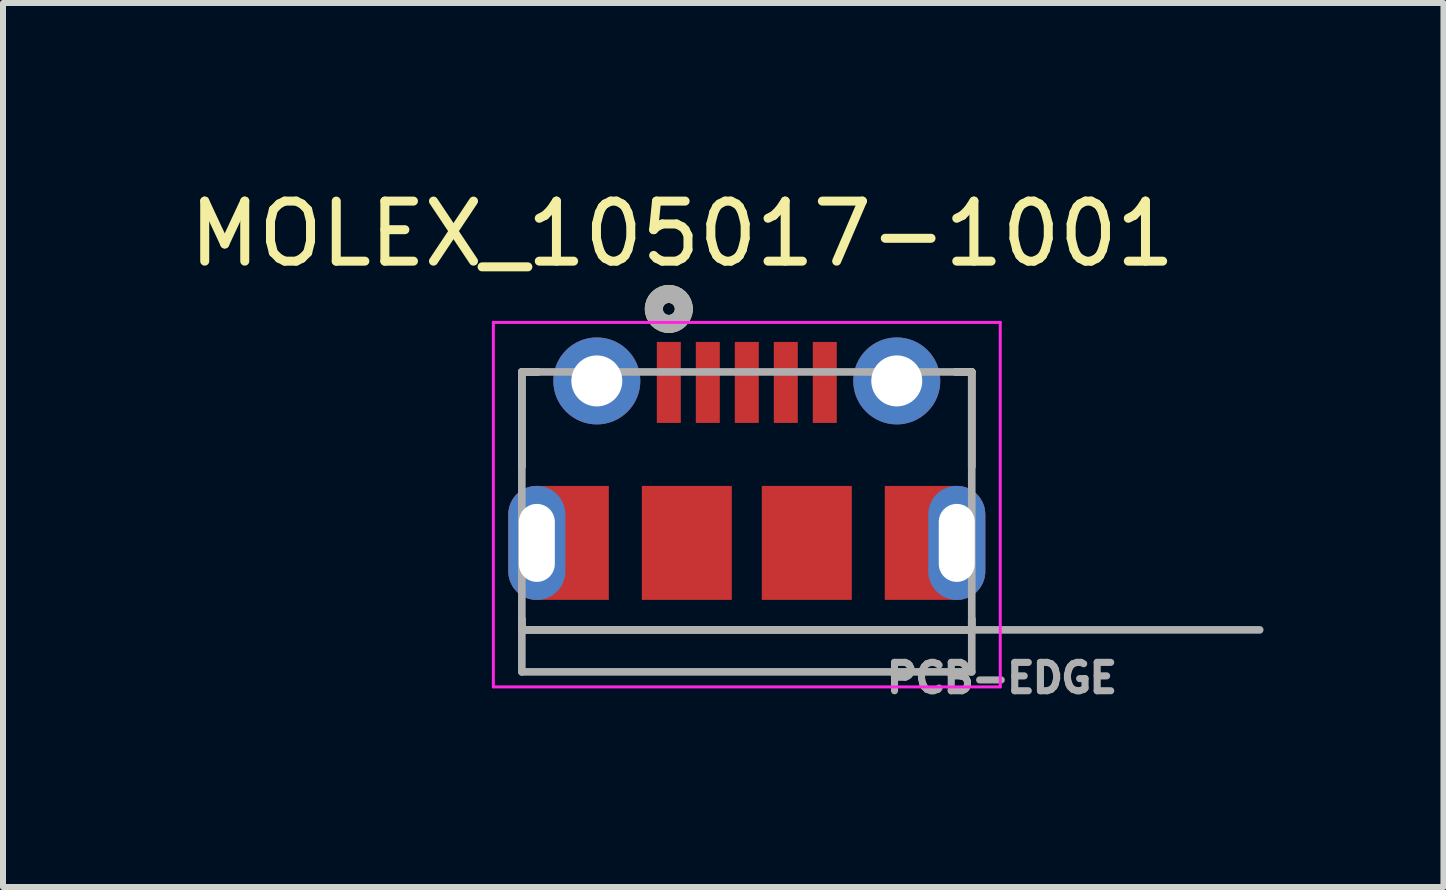
<source format=kicad_pcb>
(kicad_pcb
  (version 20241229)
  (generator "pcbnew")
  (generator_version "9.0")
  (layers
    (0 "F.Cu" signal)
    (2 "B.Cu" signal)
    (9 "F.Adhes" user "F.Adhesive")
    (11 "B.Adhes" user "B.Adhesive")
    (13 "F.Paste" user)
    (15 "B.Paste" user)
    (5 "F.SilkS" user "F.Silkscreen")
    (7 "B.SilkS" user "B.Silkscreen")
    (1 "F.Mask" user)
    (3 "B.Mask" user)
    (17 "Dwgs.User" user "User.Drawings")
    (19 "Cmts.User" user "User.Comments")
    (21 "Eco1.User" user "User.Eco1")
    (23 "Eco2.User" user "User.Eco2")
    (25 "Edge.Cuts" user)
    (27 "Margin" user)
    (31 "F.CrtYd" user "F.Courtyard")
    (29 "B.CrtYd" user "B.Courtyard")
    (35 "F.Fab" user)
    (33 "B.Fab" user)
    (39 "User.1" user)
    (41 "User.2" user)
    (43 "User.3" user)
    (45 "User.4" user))
  (footprint "MOLEX_105017-1001"
    (layer "F.Cu")
    (at 9.399 6)
    (property "Reference" "MOLEX_105017-1001" (at -1.076 -5.152 0) (layer "F.SilkS") (effects (font (size 1.001 1.001) (thickness 0.15))))
    (attr through_hole)
    (fp_poly (pts (xy -3.5 -0.95) (xy -2.3 -0.95) (xy -2.3 0.95) (xy -3.5 0.95) (xy -3.525 0.949) (xy -3.55 0.947) (xy -3.574 0.944) (xy -3.599 0.94) (xy -3.623 0.934) (xy -3.647 0.927) (xy -3.67 0.918) (xy -3.693 0.909) (xy -3.716 0.898) (xy -3.737 0.886) (xy -3.759 0.873) (xy -3.779 0.859) (xy -3.799 0.844) (xy -3.818 0.828) (xy -3.836 0.811) (xy -3.853 0.793) (xy -3.869 0.774) (xy -3.884 0.754) (xy -3.898 0.734) (xy -3.911 0.712) (xy -3.923 0.691) (xy -3.934 0.668) (xy -3.943 0.645) (xy -3.952 0.622) (xy -3.959 0.598) (xy -3.965 0.574) (xy -3.969 0.549) (xy -3.972 0.525) (xy -3.974 0.5) (xy -3.975 0.475) (xy -3.975 -0.475) (xy -3.974 -0.5) (xy -3.972 -0.525) (xy -3.969 -0.549) (xy -3.965 -0.574) (xy -3.959 -0.598) (xy -3.952 -0.622) (xy -3.943 -0.645) (xy -3.934 -0.668) (xy -3.923 -0.691) (xy -3.911 -0.712) (xy -3.898 -0.734) (xy -3.884 -0.754) (xy -3.869 -0.774) (xy -3.853 -0.793) (xy -3.836 -0.811) (xy -3.818 -0.828) (xy -3.799 -0.844) (xy -3.779 -0.859) (xy -3.759 -0.873) (xy -3.737 -0.886) (xy -3.716 -0.898) (xy -3.693 -0.909) (xy -3.67 -0.918) (xy -3.647 -0.927) (xy -3.623 -0.934) (xy -3.599 -0.94) (xy -3.574 -0.944) (xy -3.55 -0.947) (xy -3.525 -0.949) (xy -3.5 -0.95)) (stroke (width 0.0001) (type solid)) (fill yes) (layer "F.Cu"))
    (fp_poly (pts (xy 3.5 -0.95) (xy 2.3 -0.95) (xy 2.3 0.95) (xy 3.5 0.95) (xy 3.525 0.949) (xy 3.55 0.947) (xy 3.574 0.944) (xy 3.599 0.94) (xy 3.623 0.934) (xy 3.647 0.927) (xy 3.67 0.918) (xy 3.693 0.909) (xy 3.716 0.898) (xy 3.738 0.886) (xy 3.759 0.873) (xy 3.779 0.859) (xy 3.799 0.844) (xy 3.818 0.828) (xy 3.836 0.811) (xy 3.853 0.793) (xy 3.869 0.774) (xy 3.884 0.754) (xy 3.898 0.734) (xy 3.911 0.712) (xy 3.923 0.691) (xy 3.934 0.668) (xy 3.943 0.645) (xy 3.952 0.622) (xy 3.959 0.598) (xy 3.965 0.574) (xy 3.969 0.549) (xy 3.972 0.525) (xy 3.974 0.5) (xy 3.975 0.475) (xy 3.975 -0.475) (xy 3.974 -0.5) (xy 3.972 -0.525) (xy 3.969 -0.549) (xy 3.965 -0.574) (xy 3.959 -0.598) (xy 3.952 -0.622) (xy 3.943 -0.645) (xy 3.934 -0.668) (xy 3.923 -0.691) (xy 3.911 -0.712) (xy 3.898 -0.734) (xy 3.884 -0.754) (xy 3.869 -0.774) (xy 3.853 -0.793) (xy 3.836 -0.811) (xy 3.818 -0.828) (xy 3.799 -0.844) (xy 3.779 -0.859) (xy 3.759 -0.873) (xy 3.738 -0.886) (xy 3.716 -0.898) (xy 3.693 -0.909) (xy 3.67 -0.918) (xy 3.647 -0.927) (xy 3.623 -0.934) (xy 3.599 -0.94) (xy 3.574 -0.944) (xy 3.55 -0.947) (xy 3.525 -0.949) (xy 3.5 -0.95)) (stroke (width 0.0001) (type solid)) (fill yes) (layer "F.Cu"))
    (fp_poly (pts (xy -3.5 -1.05) (xy -2.2 -1.05) (xy -2.2 1.05) (xy -3.5 1.05) (xy -3.53 1.049) (xy -3.56 1.047) (xy -3.59 1.043) (xy -3.62 1.037) (xy -3.649 1.03) (xy -3.678 1.022) (xy -3.706 1.012) (xy -3.734 1) (xy -3.761 0.987) (xy -3.788 0.973) (xy -3.813 0.957) (xy -3.838 0.94) (xy -3.862 0.922) (xy -3.885 0.902) (xy -3.907 0.882) (xy -3.927 0.86) (xy -3.947 0.837) (xy -3.965 0.813) (xy -3.982 0.788) (xy -3.998 0.762) (xy -4.012 0.736) (xy -4.025 0.709) (xy -4.037 0.681) (xy -4.047 0.653) (xy -4.055 0.624) (xy -4.062 0.595) (xy -4.068 0.565) (xy -4.072 0.535) (xy -4.074 0.505) (xy -4.075 0.475) (xy -4.075 -0.475) (xy -4.074 -0.505) (xy -4.072 -0.535) (xy -4.068 -0.565) (xy -4.062 -0.595) (xy -4.055 -0.624) (xy -4.047 -0.653) (xy -4.037 -0.681) (xy -4.025 -0.709) (xy -4.012 -0.736) (xy -3.998 -0.762) (xy -3.982 -0.788) (xy -3.965 -0.813) (xy -3.947 -0.837) (xy -3.927 -0.86) (xy -3.907 -0.882) (xy -3.885 -0.902) (xy -3.862 -0.922) (xy -3.838 -0.94) (xy -3.813 -0.957) (xy -3.788 -0.973) (xy -3.761 -0.987) (xy -3.734 -1) (xy -3.706 -1.012) (xy -3.678 -1.022) (xy -3.649 -1.03) (xy -3.62 -1.037) (xy -3.59 -1.043) (xy -3.56 -1.047) (xy -3.53 -1.049) (xy -3.5 -1.05)) (stroke (width 0.0001) (type solid)) (fill yes) (layer "F.Mask"))
    (fp_poly (pts (xy 3.5 -1.05) (xy 2.2 -1.05) (xy 2.2 1.05) (xy 3.5 1.05) (xy 3.53 1.049) (xy 3.56 1.047) (xy 3.59 1.043) (xy 3.62 1.037) (xy 3.649 1.03) (xy 3.678 1.022) (xy 3.706 1.012) (xy 3.734 1) (xy 3.761 0.987) (xy 3.788 0.973) (xy 3.813 0.957) (xy 3.838 0.94) (xy 3.862 0.922) (xy 3.885 0.902) (xy 3.907 0.882) (xy 3.927 0.86) (xy 3.947 0.837) (xy 3.965 0.813) (xy 3.982 0.788) (xy 3.998 0.762) (xy 4.012 0.736) (xy 4.025 0.709) (xy 4.037 0.681) (xy 4.047 0.653) (xy 4.055 0.624) (xy 4.062 0.595) (xy 4.068 0.565) (xy 4.072 0.535) (xy 4.074 0.505) (xy 4.075 0.475) (xy 4.075 -0.475) (xy 4.074 -0.505) (xy 4.072 -0.535) (xy 4.068 -0.565) (xy 4.062 -0.595) (xy 4.055 -0.624) (xy 4.047 -0.653) (xy 4.037 -0.681) (xy 4.025 -0.709) (xy 4.012 -0.736) (xy 3.998 -0.762) (xy 3.982 -0.788) (xy 3.965 -0.813) (xy 3.947 -0.837) (xy 3.927 -0.86) (xy 3.907 -0.882) (xy 3.885 -0.902) (xy 3.862 -0.922) (xy 3.838 -0.94) (xy 3.813 -0.957) (xy 3.788 -0.973) (xy 3.761 -0.987) (xy 3.734 -1) (xy 3.706 -1.012) (xy 3.678 -1.022) (xy 3.649 -1.03) (xy 3.62 -1.037) (xy 3.59 -1.043) (xy 3.56 -1.047) (xy 3.53 -1.049) (xy 3.5 -1.05)) (stroke (width 0.0001) (type solid)) (fill yes) (layer "F.Mask"))
    (fp_line (start -3.75 -2.85) (end -3.479 -2.85) (stroke (width 0.127) (type solid)) (layer "F.SilkS"))
    (fp_line (start -3.75 -1.27) (end -3.75 -2.85) (stroke (width 0.127) (type solid)) (layer "F.SilkS"))
    (fp_line (start -3.75 1.27) (end -3.75 1.45) (stroke (width 0.127) (type solid)) (layer "F.SilkS"))
    (fp_line (start -3.75 1.45) (end 3.75 1.45) (stroke (width 0.127) (type solid)) (layer "F.SilkS"))
    (fp_line (start 3.75 -2.85) (end 3.479 -2.85) (stroke (width 0.127) (type solid)) (layer "F.SilkS"))
    (fp_line (start 3.75 -1.27) (end 3.75 -2.85) (stroke (width 0.127) (type solid)) (layer "F.SilkS"))
    (fp_line (start 3.75 1.45) (end 3.75 1.27) (stroke (width 0.127) (type solid)) (layer "F.SilkS"))
    (fp_circle (center -1.3 -3.9) (end -1.2 -3.9) (stroke (width 0.3) (type solid)) (fill no) (layer "F.SilkS"))
    (fp_poly (pts (xy -3.5 -0.95) (xy -2.3 -0.95) (xy -2.3 0.95) (xy -3.5 0.95) (xy -3.525 0.949) (xy -3.55 0.947) (xy -3.574 0.944) (xy -3.599 0.94) (xy -3.623 0.934) (xy -3.647 0.927) (xy -3.67 0.918) (xy -3.693 0.909) (xy -3.716 0.898) (xy -3.737 0.886) (xy -3.759 0.873) (xy -3.779 0.859) (xy -3.799 0.844) (xy -3.818 0.828) (xy -3.836 0.811) (xy -3.853 0.793) (xy -3.869 0.774) (xy -3.884 0.754) (xy -3.898 0.734) (xy -3.911 0.712) (xy -3.923 0.691) (xy -3.934 0.668) (xy -3.943 0.645) (xy -3.952 0.622) (xy -3.959 0.598) (xy -3.965 0.574) (xy -3.969 0.549) (xy -3.972 0.525) (xy -3.974 0.5) (xy -3.975 0.475) (xy -3.975 -0.475) (xy -3.974 -0.5) (xy -3.972 -0.525) (xy -3.969 -0.549) (xy -3.965 -0.574) (xy -3.959 -0.598) (xy -3.952 -0.622) (xy -3.943 -0.645) (xy -3.934 -0.668) (xy -3.923 -0.691) (xy -3.911 -0.712) (xy -3.898 -0.734) (xy -3.884 -0.754) (xy -3.869 -0.774) (xy -3.853 -0.793) (xy -3.836 -0.811) (xy -3.818 -0.828) (xy -3.799 -0.844) (xy -3.779 -0.859) (xy -3.759 -0.873) (xy -3.737 -0.886) (xy -3.716 -0.898) (xy -3.693 -0.909) (xy -3.67 -0.918) (xy -3.647 -0.927) (xy -3.623 -0.934) (xy -3.599 -0.94) (xy -3.574 -0.944) (xy -3.55 -0.947) (xy -3.525 -0.949) (xy -3.5 -0.95)) (stroke (width 0.0001) (type solid)) (fill yes) (layer "F.Paste"))
    (fp_poly (pts (xy 3.5 -0.95) (xy 2.3 -0.95) (xy 2.3 0.95) (xy 3.5 0.95) (xy 3.525 0.949) (xy 3.55 0.947) (xy 3.574 0.944) (xy 3.599 0.94) (xy 3.623 0.934) (xy 3.647 0.927) (xy 3.67 0.918) (xy 3.693 0.909) (xy 3.716 0.898) (xy 3.738 0.886) (xy 3.759 0.873) (xy 3.779 0.859) (xy 3.799 0.844) (xy 3.818 0.828) (xy 3.836 0.811) (xy 3.853 0.793) (xy 3.869 0.774) (xy 3.884 0.754) (xy 3.898 0.734) (xy 3.911 0.712) (xy 3.923 0.691) (xy 3.934 0.668) (xy 3.943 0.645) (xy 3.952 0.622) (xy 3.959 0.598) (xy 3.965 0.574) (xy 3.969 0.549) (xy 3.972 0.525) (xy 3.974 0.5) (xy 3.975 0.475) (xy 3.975 -0.475) (xy 3.974 -0.5) (xy 3.972 -0.525) (xy 3.969 -0.549) (xy 3.965 -0.574) (xy 3.959 -0.598) (xy 3.952 -0.622) (xy 3.943 -0.645) (xy 3.934 -0.668) (xy 3.923 -0.691) (xy 3.911 -0.712) (xy 3.898 -0.734) (xy 3.884 -0.754) (xy 3.869 -0.774) (xy 3.853 -0.793) (xy 3.836 -0.811) (xy 3.818 -0.828) (xy 3.799 -0.844) (xy 3.779 -0.859) (xy 3.759 -0.873) (xy 3.738 -0.886) (xy 3.716 -0.898) (xy 3.693 -0.909) (xy 3.67 -0.918) (xy 3.647 -0.927) (xy 3.623 -0.934) (xy 3.599 -0.94) (xy 3.574 -0.944) (xy 3.55 -0.947) (xy 3.525 -0.949) (xy 3.5 -0.95)) (stroke (width 0.0001) (type solid)) (fill yes) (layer "F.Paste"))
    (fp_line (start -4.225 -3.675) (end -4.225 2.4) (stroke (width 0.05) (type solid)) (layer "F.CrtYd"))
    (fp_line (start -4.225 2.4) (end 4.225 2.4) (stroke (width 0.05) (type solid)) (layer "F.CrtYd"))
    (fp_line (start 4.225 -3.675) (end -4.225 -3.675) (stroke (width 0.05) (type solid)) (layer "F.CrtYd"))
    (fp_line (start 4.225 2.4) (end 4.225 -3.675) (stroke (width 0.05) (type solid)) (layer "F.CrtYd"))
    (fp_line (start -3.75 -2.85) (end 3.75 -2.85) (stroke (width 0.127) (type solid)) (layer "F.Fab"))
    (fp_line (start -3.75 1.45) (end -3.75 -2.85) (stroke (width 0.127) (type solid)) (layer "F.Fab"))
    (fp_line (start -3.75 1.45) (end 8.55 1.45) (stroke (width 0.127) (type solid)) (layer "F.Fab"))
    (fp_line (start -3.75 2.15) (end -3.75 1.45) (stroke (width 0.127) (type solid)) (layer "F.Fab"))
    (fp_line (start 3.75 -2.85) (end 3.75 2.15) (stroke (width 0.127) (type solid)) (layer "F.Fab"))
    (fp_line (start 3.75 2.15) (end -3.75 2.15) (stroke (width 0.127) (type solid)) (layer "F.Fab"))
    (fp_circle (center -1.3 -3.9) (end -1.2 -3.9) (stroke (width 0.3) (type solid)) (fill no) (layer "F.Fab"))
    (fp_text user "PCB-EDGE" (at 4.253 2.252 0) (layer "F.Fab") (effects (font (size 0.473 0.473) (thickness 0.15))))
    (pad "1" smd rect (at -1.3 -2.675) (size 0.4 1.35) (layers "F.Cu" "F.Mask" "F.Paste"))
    (pad "2" smd rect (at -0.65 -2.675) (size 0.4 1.35) (layers "F.Cu" "F.Mask" "F.Paste"))
    (pad "3" smd rect (at 0 -2.675) (size 0.4 1.35) (layers "F.Cu" "F.Mask" "F.Paste"))
    (pad "4" smd rect (at 0.65 -2.675) (size 0.4 1.35) (layers "F.Cu" "F.Mask" "F.Paste"))
    (pad "5" smd rect (at 1.3 -2.675) (size 0.4 1.35) (layers "F.Cu" "F.Mask" "F.Paste"))
    (pad "S1" thru_hole oval (at -3.5 0) (size 0.95 1.9) (drill oval 0.6 1.3) (layers "*.Cu"))
    (pad "S2" thru_hole oval (at 3.5 0) (size 0.95 1.9) (drill oval 0.6 1.3) (layers "*.Cu"))
    (pad "S3" thru_hole circle (at -2.5 -2.7) (size 1.45 1.45) (drill 0.85) (layers "*.Cu" "*.Mask"))
    (pad "S4" thru_hole circle (at 2.5 -2.7) (size 1.45 1.45) (drill 0.85) (layers "*.Cu" "*.Mask"))
    (pad "S5" smd rect (at -1 0) (size 1.5 1.9) (layers "F.Cu" "F.Mask" "F.Paste"))
    (pad "S6" smd rect (at 1 0) (size 1.5 1.9) (layers "F.Cu" "F.Mask" "F.Paste")))
  (gr_rect
    (start -3 -3)
    (end 21.012 11.736)
    (stroke (width 0.1) (type default))
    (fill no)
    (layer "Edge.Cuts")))
</source>
